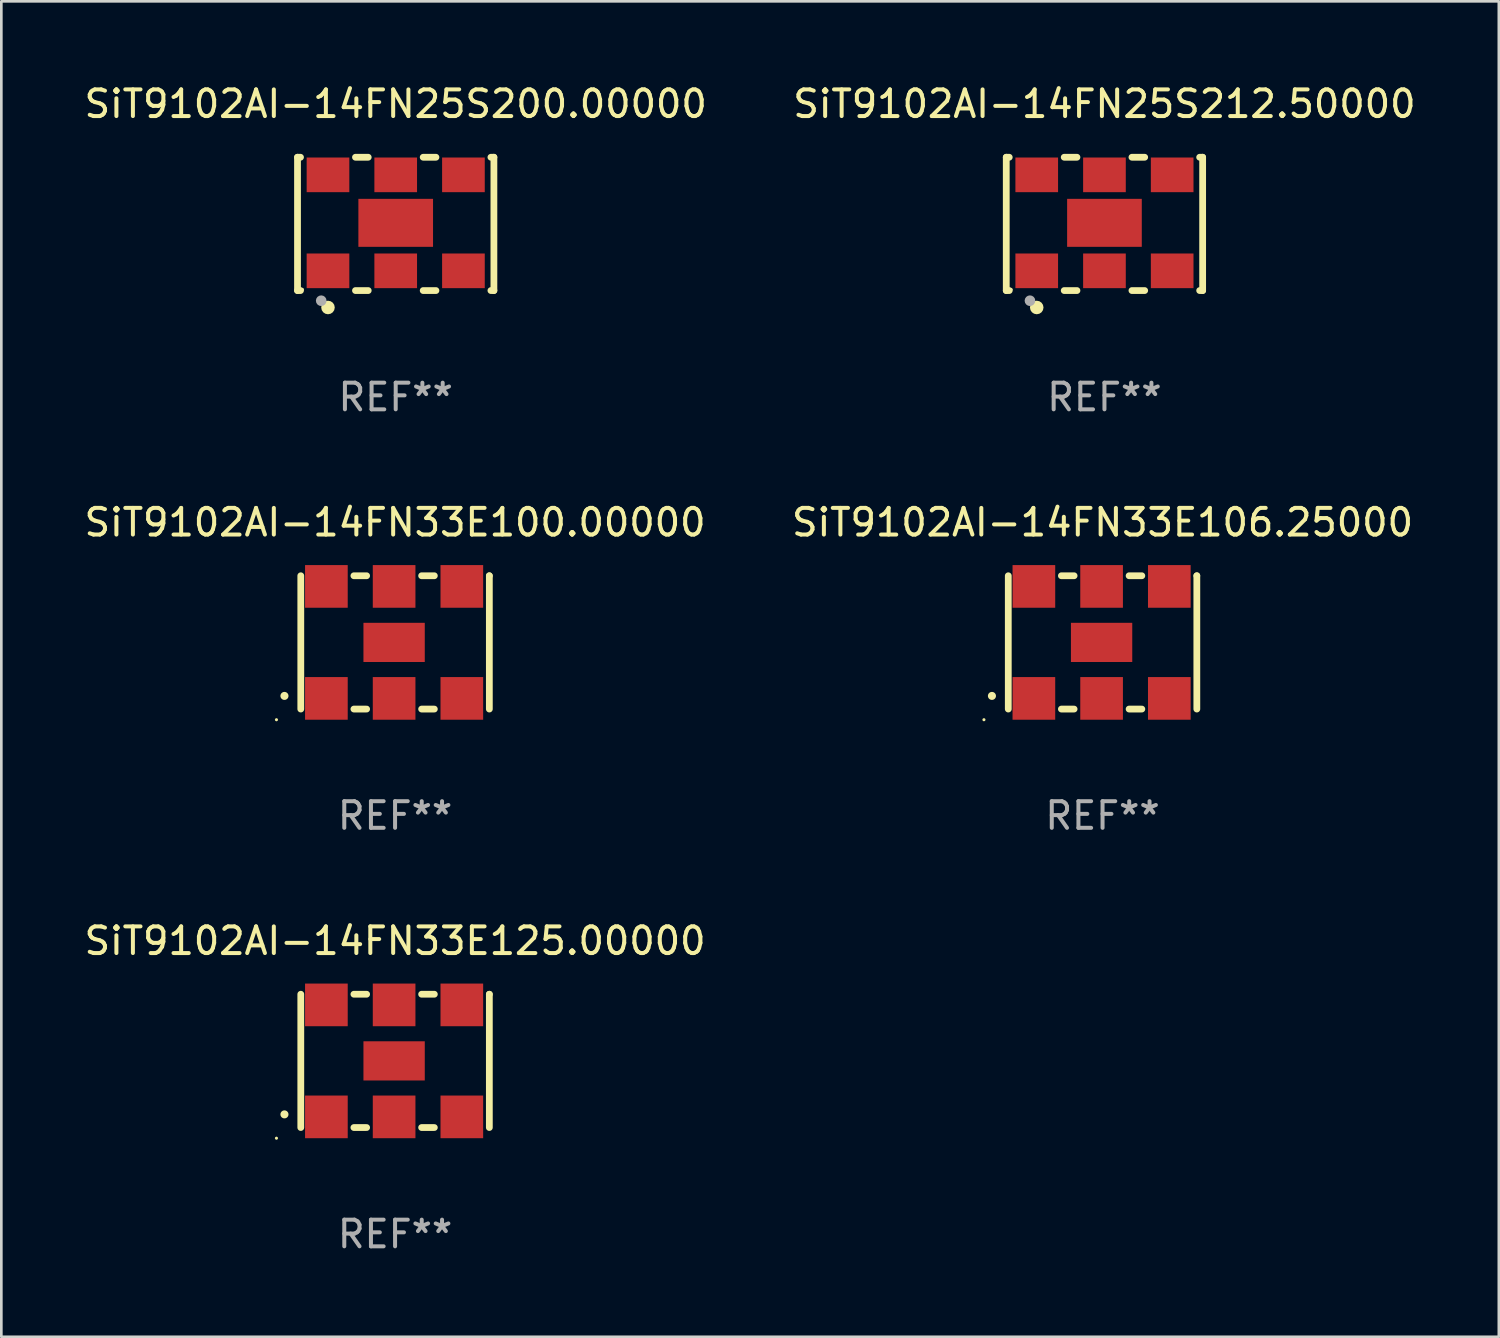
<source format=kicad_pcb>
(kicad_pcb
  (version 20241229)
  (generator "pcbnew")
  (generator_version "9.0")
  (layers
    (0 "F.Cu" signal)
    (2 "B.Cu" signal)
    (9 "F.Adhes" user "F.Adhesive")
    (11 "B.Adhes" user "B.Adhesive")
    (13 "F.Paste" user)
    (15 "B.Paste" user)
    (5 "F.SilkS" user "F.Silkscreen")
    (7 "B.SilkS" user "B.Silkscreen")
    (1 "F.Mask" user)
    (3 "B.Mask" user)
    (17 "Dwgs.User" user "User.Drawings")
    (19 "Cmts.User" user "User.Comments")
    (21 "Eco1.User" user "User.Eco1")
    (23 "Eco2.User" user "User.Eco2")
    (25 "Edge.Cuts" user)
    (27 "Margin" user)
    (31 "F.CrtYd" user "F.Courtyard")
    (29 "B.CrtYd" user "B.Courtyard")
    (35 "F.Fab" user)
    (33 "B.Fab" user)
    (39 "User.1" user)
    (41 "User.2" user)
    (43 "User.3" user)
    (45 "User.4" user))
  (footprint "SiT9102AI-14FN33E125.00000"
    (layer "F.Cu")
    (at 11.768 36.741)
    (property "Reference" "SiT9102AI-14FN33E125.00000" (at 0 -4.5 0) (layer "F.SilkS") (effects (font (size 1 1) (thickness 0.15))))
    (attr through_hole)
    (fp_line (start -3.536 -2.5) (end -3.536 2.5) (stroke (width 0.254) (type solid)) (layer "F.SilkS"))
    (fp_line (start -1.544 2.5) (end -1.067 2.5) (stroke (width 0.254) (type solid)) (layer "F.SilkS"))
    (fp_line (start -1.067 -2.5) (end -1.544 -2.5) (stroke (width 0.254) (type solid)) (layer "F.SilkS"))
    (fp_line (start 0.996 2.5) (end 1.473 2.5) (stroke (width 0.254) (type solid)) (layer "F.SilkS"))
    (fp_line (start 1.473 -2.5) (end 0.996 -2.5) (stroke (width 0.254) (type solid)) (layer "F.SilkS"))
    (fp_line (start 3.536 -2.5) (end 3.536 -2.5) (stroke (width 0.254) (type solid)) (layer "F.SilkS"))
    (fp_line (start 3.536 2.5) (end 3.536 -2.5) (stroke (width 0.254) (type solid)) (layer "F.SilkS"))
    (fp_arc (start -4.150432 2.006604) (mid -4.149162 2.006599) (end -4.147892 2.006604) (stroke (width 0.3) (type solid)) (layer "F.SilkS"))
    (fp_circle (center -4.449 2.9) (end -4.419 2.9) (stroke (width 0.06) (type solid)) (fill no) (layer "F.SilkS"))
    (fp_text user "REF**" (at 0 6.5 0) (layer "F.Fab") (effects (font (size 1 1) (thickness 0.15))))
    (pad "1" smd rect (at -2.576 2.1) (size 1.6 1.6) (layers "F.Cu" "F.Mask" "F.Paste"))
    (pad "2" smd rect (at -0.036 2.1) (size 1.6 1.6) (layers "F.Cu" "F.Mask" "F.Paste"))
    (pad "3" smd rect (at 2.504 2.1) (size 1.6 1.6) (layers "F.Cu" "F.Mask" "F.Paste"))
    (pad "4" smd rect (at 2.504 -2.1) (size 1.6 1.6) (layers "F.Cu" "F.Mask" "F.Paste"))
    (pad "5" smd rect (at -0.036 -2.1) (size 1.6 1.6) (layers "F.Cu" "F.Mask" "F.Paste"))
    (pad "6" smd rect (at -2.576 -2.1) (size 1.6 1.6) (layers "F.Cu" "F.Mask" "F.Paste"))
    (pad "7" smd rect (at -0.036 0) (size 2.3 1.47) (layers "F.Cu" "F.Mask" "F.Paste")))
  (footprint "SiT9102AI-14FN25S212.50000"
    (layer "F.Cu")
    (at 38.375 5.348)
    (property "Reference" "SiT9102AI-14FN25S212.50000" (at 0 -4.5 0) (layer "F.SilkS") (effects (font (size 1 1) (thickness 0.15))))
    (attr through_hole)
    (fp_line (start -3.683 -2.5) (end -3.571 -2.5) (stroke (width 0.254) (type solid)) (layer "F.SilkS"))
    (fp_line (start -3.683 2.5) (end -3.683 -2.5) (stroke (width 0.254) (type solid)) (layer "F.SilkS"))
    (fp_line (start -3.683 2.5) (end -3.571 2.5) (stroke (width 0.254) (type solid)) (layer "F.SilkS"))
    (fp_line (start -1.509 -2.5) (end -1.031 -2.5) (stroke (width 0.254) (type solid)) (layer "F.SilkS"))
    (fp_line (start -1.509 2.5) (end -1.031 2.5) (stroke (width 0.254) (type solid)) (layer "F.SilkS"))
    (fp_line (start 1.031 -2.5) (end 1.509 -2.5) (stroke (width 0.254) (type solid)) (layer "F.SilkS"))
    (fp_line (start 1.031 2.5) (end 1.509 2.5) (stroke (width 0.254) (type solid)) (layer "F.SilkS"))
    (fp_line (start 3.571 -2.5) (end 3.683 -2.5) (stroke (width 0.254) (type solid)) (layer "F.SilkS"))
    (fp_line (start 3.571 2.5) (end 3.683 2.5) (stroke (width 0.254) (type solid)) (layer "F.SilkS"))
    (fp_line (start 3.683 2.5) (end 3.683 -2.5) (stroke (width 0.254) (type solid)) (layer "F.SilkS"))
    (fp_circle (center -3.5 2.46) (end -3.47 2.46) (stroke (width 0.06) (type solid)) (fill no) (layer "F.SilkS"))
    (fp_circle (center -2.54 3.135) (end -2.413 3.135) (stroke (width 0.254) (type solid)) (fill no) (layer "F.SilkS"))
    (fp_circle (center -2.794 2.881) (end -2.694 2.881) (stroke (width 0.2) (type solid)) (fill no) (layer "F.Fab"))
    (fp_text user "REF**" (at 0 6.5 0) (layer "F.Fab") (effects (font (size 1 1) (thickness 0.15))))
    (pad "1" smd rect (at -2.54 1.76) (size 1.6 1.3) (layers "F.Cu" "F.Mask" "F.Paste"))
    (pad "2" smd rect (at 0 1.76) (size 1.6 1.3) (layers "F.Cu" "F.Mask" "F.Paste"))
    (pad "3" smd rect (at 2.54 1.76) (size 1.6 1.3) (layers "F.Cu" "F.Mask" "F.Paste"))
    (pad "4" smd rect (at 2.54 -1.84) (size 1.6 1.3) (layers "F.Cu" "F.Mask" "F.Paste"))
    (pad "5" smd rect (at 0 -1.84) (size 1.6 1.3) (layers "F.Cu" "F.Mask" "F.Paste"))
    (pad "6" smd rect (at -2.54 -1.84) (size 1.6 1.3) (layers "F.Cu" "F.Mask" "F.Paste"))
    (pad "7" smd rect (at 0 -0.04) (size 2.8 1.8) (layers "F.Cu" "F.Mask" "F.Paste")))
  (footprint "SiT9102AI-14FN33E106.25000"
    (layer "F.Cu")
    (at 38.304 21.045)
    (property "Reference" "SiT9102AI-14FN33E106.25000" (at 0 -4.5 0) (layer "F.SilkS") (effects (font (size 1 1) (thickness 0.15))))
    (attr through_hole)
    (fp_line (start -3.536 -2.5) (end -3.536 2.5) (stroke (width 0.254) (type solid)) (layer "F.SilkS"))
    (fp_line (start -1.544 2.5) (end -1.067 2.5) (stroke (width 0.254) (type solid)) (layer "F.SilkS"))
    (fp_line (start -1.067 -2.5) (end -1.544 -2.5) (stroke (width 0.254) (type solid)) (layer "F.SilkS"))
    (fp_line (start 0.996 2.5) (end 1.473 2.5) (stroke (width 0.254) (type solid)) (layer "F.SilkS"))
    (fp_line (start 1.473 -2.5) (end 0.996 -2.5) (stroke (width 0.254) (type solid)) (layer "F.SilkS"))
    (fp_line (start 3.536 -2.5) (end 3.536 -2.5) (stroke (width 0.254) (type solid)) (layer "F.SilkS"))
    (fp_line (start 3.536 2.5) (end 3.536 -2.5) (stroke (width 0.254) (type solid)) (layer "F.SilkS"))
    (fp_arc (start -4.150432 2.006604) (mid -4.149162 2.006599) (end -4.147892 2.006604) (stroke (width 0.3) (type solid)) (layer "F.SilkS"))
    (fp_circle (center -4.449 2.9) (end -4.419 2.9) (stroke (width 0.06) (type solid)) (fill no) (layer "F.SilkS"))
    (fp_text user "REF**" (at 0 6.5 0) (layer "F.Fab") (effects (font (size 1 1) (thickness 0.15))))
    (pad "1" smd rect (at -2.576 2.1) (size 1.6 1.6) (layers "F.Cu" "F.Mask" "F.Paste"))
    (pad "2" smd rect (at -0.036 2.1) (size 1.6 1.6) (layers "F.Cu" "F.Mask" "F.Paste"))
    (pad "3" smd rect (at 2.504 2.1) (size 1.6 1.6) (layers "F.Cu" "F.Mask" "F.Paste"))
    (pad "4" smd rect (at 2.504 -2.1) (size 1.6 1.6) (layers "F.Cu" "F.Mask" "F.Paste"))
    (pad "5" smd rect (at -0.036 -2.1) (size 1.6 1.6) (layers "F.Cu" "F.Mask" "F.Paste"))
    (pad "6" smd rect (at -2.576 -2.1) (size 1.6 1.6) (layers "F.Cu" "F.Mask" "F.Paste"))
    (pad "7" smd rect (at -0.036 0) (size 2.3 1.47) (layers "F.Cu" "F.Mask" "F.Paste")))
  (footprint "SiT9102AI-14FN25S200.00000"
    (layer "F.Cu")
    (at 11.792 5.348)
    (property "Reference" "SiT9102AI-14FN25S200.00000" (at 0 -4.5 0) (layer "F.SilkS") (effects (font (size 1 1) (thickness 0.15))))
    (attr through_hole)
    (fp_line (start -3.683 -2.5) (end -3.571 -2.5) (stroke (width 0.254) (type solid)) (layer "F.SilkS"))
    (fp_line (start -3.683 2.5) (end -3.683 -2.5) (stroke (width 0.254) (type solid)) (layer "F.SilkS"))
    (fp_line (start -3.683 2.5) (end -3.571 2.5) (stroke (width 0.254) (type solid)) (layer "F.SilkS"))
    (fp_line (start -1.509 -2.5) (end -1.031 -2.5) (stroke (width 0.254) (type solid)) (layer "F.SilkS"))
    (fp_line (start -1.509 2.5) (end -1.031 2.5) (stroke (width 0.254) (type solid)) (layer "F.SilkS"))
    (fp_line (start 1.031 -2.5) (end 1.509 -2.5) (stroke (width 0.254) (type solid)) (layer "F.SilkS"))
    (fp_line (start 1.031 2.5) (end 1.509 2.5) (stroke (width 0.254) (type solid)) (layer "F.SilkS"))
    (fp_line (start 3.571 -2.5) (end 3.683 -2.5) (stroke (width 0.254) (type solid)) (layer "F.SilkS"))
    (fp_line (start 3.571 2.5) (end 3.683 2.5) (stroke (width 0.254) (type solid)) (layer "F.SilkS"))
    (fp_line (start 3.683 2.5) (end 3.683 -2.5) (stroke (width 0.254) (type solid)) (layer "F.SilkS"))
    (fp_circle (center -3.5 2.46) (end -3.47 2.46) (stroke (width 0.06) (type solid)) (fill no) (layer "F.SilkS"))
    (fp_circle (center -2.54 3.135) (end -2.413 3.135) (stroke (width 0.254) (type solid)) (fill no) (layer "F.SilkS"))
    (fp_circle (center -2.794 2.881) (end -2.694 2.881) (stroke (width 0.2) (type solid)) (fill no) (layer "F.Fab"))
    (fp_text user "REF**" (at 0 6.5 0) (layer "F.Fab") (effects (font (size 1 1) (thickness 0.15))))
    (pad "1" smd rect (at -2.54 1.76) (size 1.6 1.3) (layers "F.Cu" "F.Mask" "F.Paste"))
    (pad "2" smd rect (at 0 1.76) (size 1.6 1.3) (layers "F.Cu" "F.Mask" "F.Paste"))
    (pad "3" smd rect (at 2.54 1.76) (size 1.6 1.3) (layers "F.Cu" "F.Mask" "F.Paste"))
    (pad "4" smd rect (at 2.54 -1.84) (size 1.6 1.3) (layers "F.Cu" "F.Mask" "F.Paste"))
    (pad "5" smd rect (at 0 -1.84) (size 1.6 1.3) (layers "F.Cu" "F.Mask" "F.Paste"))
    (pad "6" smd rect (at -2.54 -1.84) (size 1.6 1.3) (layers "F.Cu" "F.Mask" "F.Paste"))
    (pad "7" smd rect (at 0 -0.04) (size 2.8 1.8) (layers "F.Cu" "F.Mask" "F.Paste")))
  (footprint "SiT9102AI-14FN33E100.00000"
    (layer "F.Cu")
    (at 11.768 21.045)
    (property "Reference" "SiT9102AI-14FN33E100.00000" (at 0 -4.5 0) (layer "F.SilkS") (effects (font (size 1 1) (thickness 0.15))))
    (attr through_hole)
    (fp_line (start -3.536 -2.5) (end -3.536 2.5) (stroke (width 0.254) (type solid)) (layer "F.SilkS"))
    (fp_line (start -1.544 2.5) (end -1.067 2.5) (stroke (width 0.254) (type solid)) (layer "F.SilkS"))
    (fp_line (start -1.067 -2.5) (end -1.544 -2.5) (stroke (width 0.254) (type solid)) (layer "F.SilkS"))
    (fp_line (start 0.996 2.5) (end 1.473 2.5) (stroke (width 0.254) (type solid)) (layer "F.SilkS"))
    (fp_line (start 1.473 -2.5) (end 0.996 -2.5) (stroke (width 0.254) (type solid)) (layer "F.SilkS"))
    (fp_line (start 3.536 -2.5) (end 3.536 -2.5) (stroke (width 0.254) (type solid)) (layer "F.SilkS"))
    (fp_line (start 3.536 2.5) (end 3.536 -2.5) (stroke (width 0.254) (type solid)) (layer "F.SilkS"))
    (fp_arc (start -4.150432 2.006604) (mid -4.149162 2.006599) (end -4.147892 2.006604) (stroke (width 0.3) (type solid)) (layer "F.SilkS"))
    (fp_circle (center -4.449 2.9) (end -4.419 2.9) (stroke (width 0.06) (type solid)) (fill no) (layer "F.SilkS"))
    (fp_text user "REF**" (at 0 6.5 0) (layer "F.Fab") (effects (font (size 1 1) (thickness 0.15))))
    (pad "1" smd rect (at -2.576 2.1) (size 1.6 1.6) (layers "F.Cu" "F.Mask" "F.Paste"))
    (pad "2" smd rect (at -0.036 2.1) (size 1.6 1.6) (layers "F.Cu" "F.Mask" "F.Paste"))
    (pad "3" smd rect (at 2.504 2.1) (size 1.6 1.6) (layers "F.Cu" "F.Mask" "F.Paste"))
    (pad "4" smd rect (at 2.504 -2.1) (size 1.6 1.6) (layers "F.Cu" "F.Mask" "F.Paste"))
    (pad "5" smd rect (at -0.036 -2.1) (size 1.6 1.6) (layers "F.Cu" "F.Mask" "F.Paste"))
    (pad "6" smd rect (at -2.576 -2.1) (size 1.6 1.6) (layers "F.Cu" "F.Mask" "F.Paste"))
    (pad "7" smd rect (at -0.036 0) (size 2.3 1.47) (layers "F.Cu" "F.Mask" "F.Paste")))
  (gr_rect
    (start -3 -3)
    (end 53.167 47.09)
    (stroke (width 0.1) (type default))
    (fill no)
    (layer "Edge.Cuts")))
</source>
